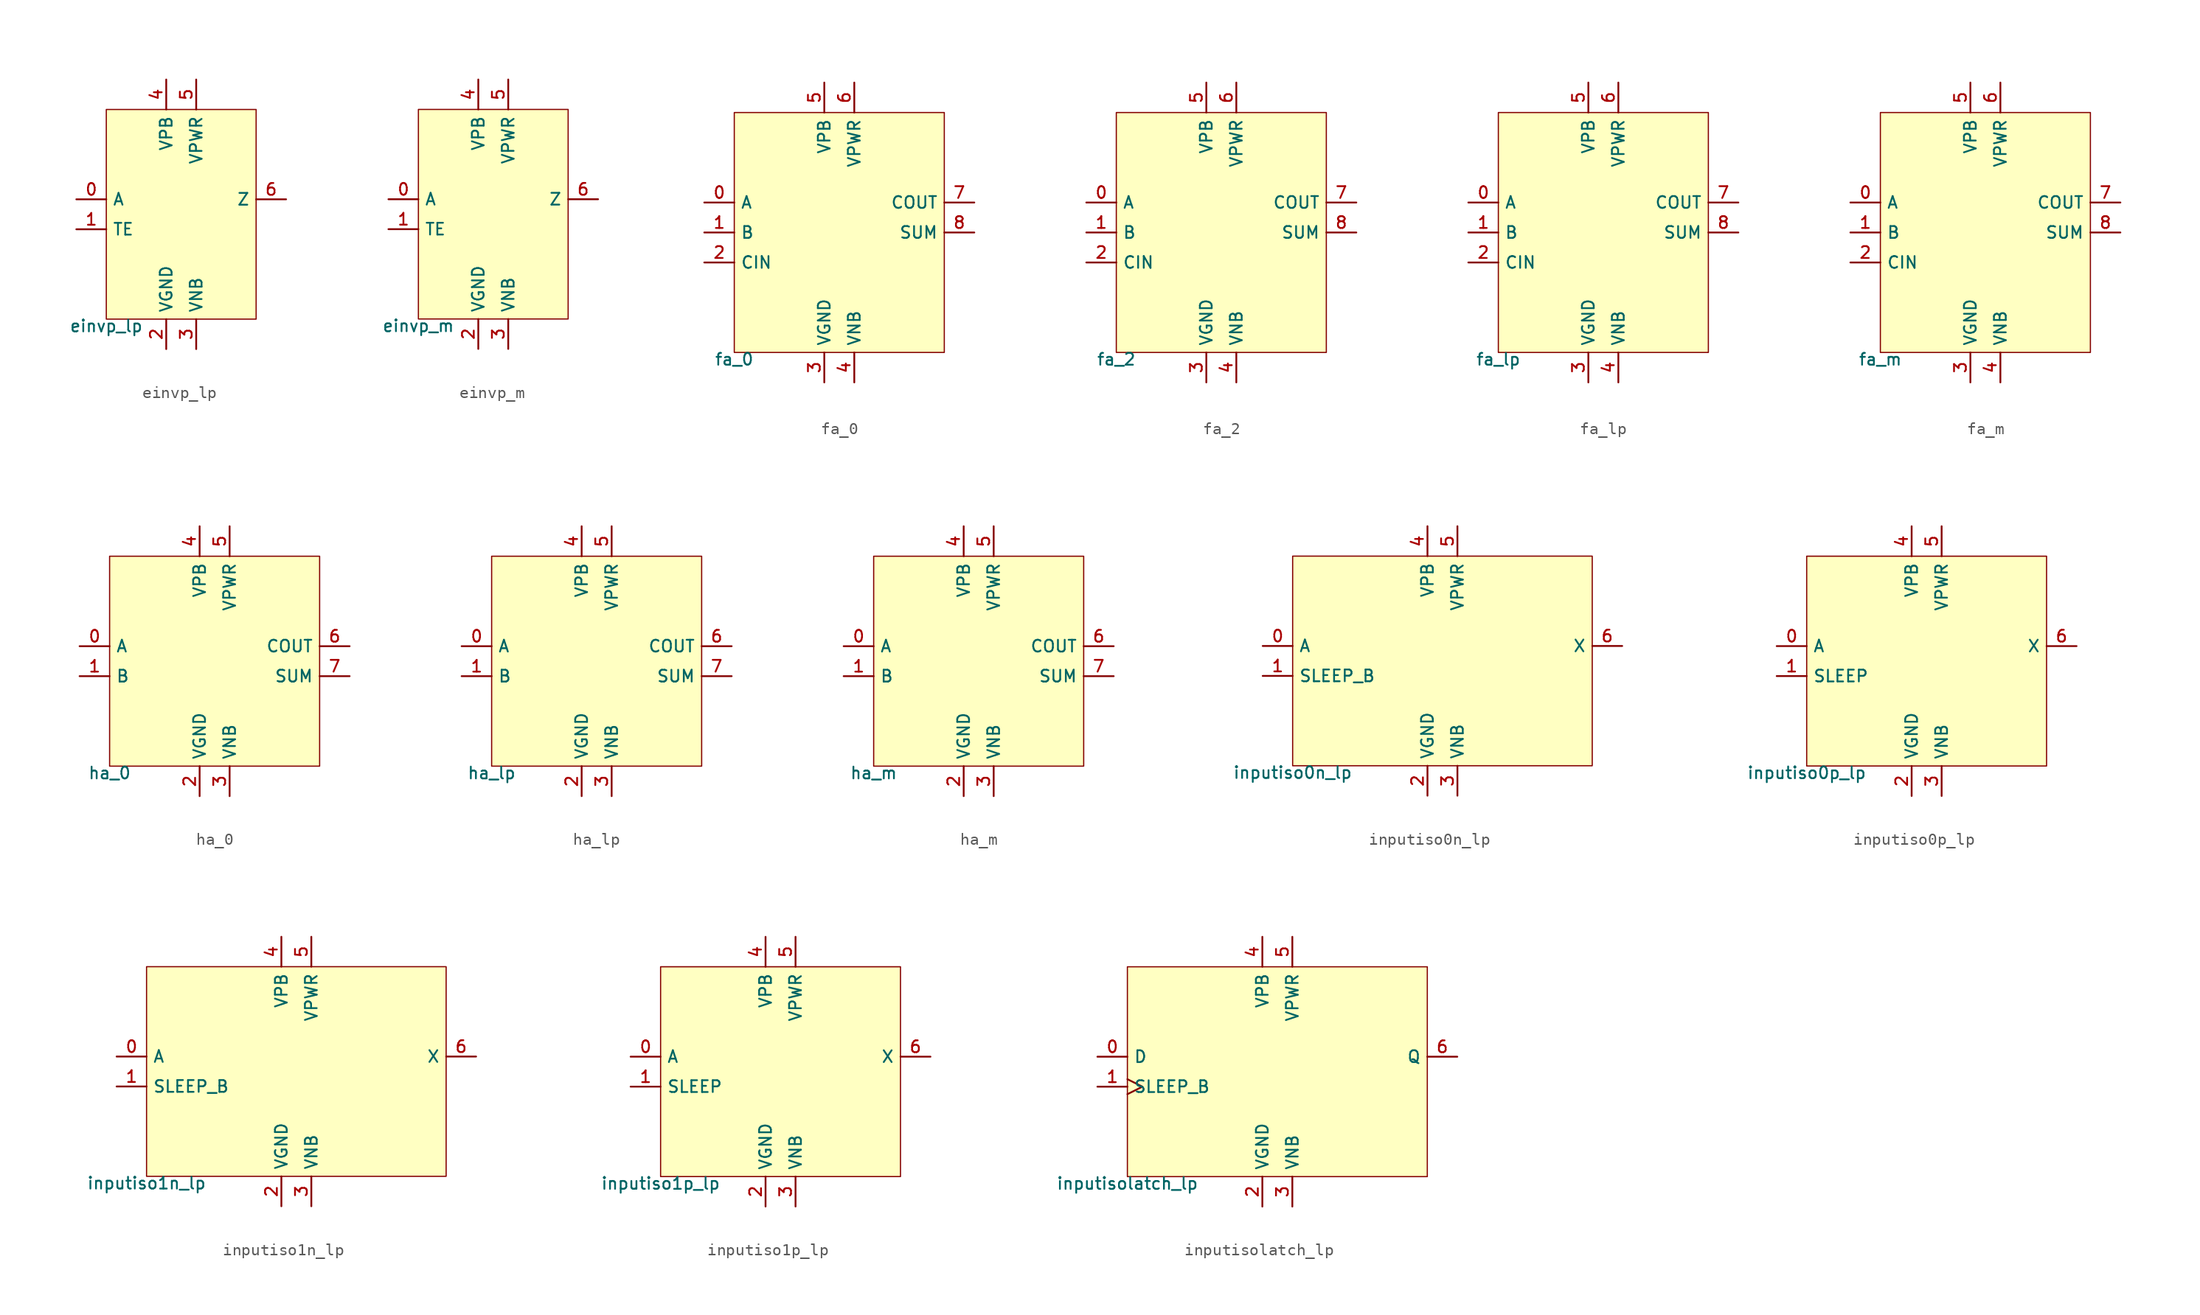
<source format=kicad_sym>
(kicad_symbol_lib
  (version 20211014)
  (generator pdk2kicad)
  (symbol "einvp_lp"
    (property "Reference" "X"
      (at 0 0 0)
      (effects (font (size 1 1)) hide))
    (property "Value" "einvp_lp"
      (at -6.35 -8.89 0)
      (effects (font (size 1 1)) (justify top)))
    (rectangle
      (start -6.35 -8.89)
      (end 6.35 8.89)
      (stroke (width 0.1) (type solid) (color 0 0 0 0))
      (fill (type background)))
    (pin input line
      (at -8.89 1.27 0)
      (length 2.54)
      (name "A" (effects (font (size 1 1)) hide))
      (number "0" (effects (font (size 1 1)) hide)))
    (pin input line
      (at -8.89 -1.27 0)
      (length 2.54)
      (name "TE" (effects (font (size 1 1)) hide))
      (number "1" (effects (font (size 1 1)) hide)))
    (pin power_in line
      (at -1.27 -11.43 90)
      (length 2.54)
      (name "VGND" (effects (font (size 1 1)) hide))
      (number "2" (effects (font (size 1 1)) hide)))
    (pin power_in line
      (at 1.27 -11.43 90)
      (length 2.54)
      (name "VNB" (effects (font (size 1 1)) hide))
      (number "3" (effects (font (size 1 1)) hide)))
    (pin power_in line
      (at -1.27 11.43 270)
      (length 2.54)
      (name "VPB" (effects (font (size 1 1)) hide))
      (number "4" (effects (font (size 1 1)) hide)))
    (pin power_in line
      (at 1.27 11.43 270)
      (length 2.54)
      (name "VPWR" (effects (font (size 1 1)) hide))
      (number "5" (effects (font (size 1 1)) hide)))
    (pin output line
      (at 8.89 1.27 180)
      (length 2.54)
      (name "Z" (effects (font (size 1 1)) hide))
      (number "6" (effects (font (size 1 1)) hide))))
  (symbol "einvp_m"
    (property "Reference" "X"
      (at 0 0 0)
      (effects (font (size 1 1)) hide))
    (property "Value" "einvp_m"
      (at -6.35 -8.89 0)
      (effects (font (size 1 1)) (justify top)))
    (rectangle
      (start -6.35 -8.89)
      (end 6.35 8.89)
      (stroke (width 0.1) (type solid) (color 0 0 0 0))
      (fill (type background)))
    (pin input line
      (at -8.89 1.27 0)
      (length 2.54)
      (name "A" (effects (font (size 1 1)) hide))
      (number "0" (effects (font (size 1 1)) hide)))
    (pin input line
      (at -8.89 -1.27 0)
      (length 2.54)
      (name "TE" (effects (font (size 1 1)) hide))
      (number "1" (effects (font (size 1 1)) hide)))
    (pin power_in line
      (at -1.27 -11.43 90)
      (length 2.54)
      (name "VGND" (effects (font (size 1 1)) hide))
      (number "2" (effects (font (size 1 1)) hide)))
    (pin power_in line
      (at 1.27 -11.43 90)
      (length 2.54)
      (name "VNB" (effects (font (size 1 1)) hide))
      (number "3" (effects (font (size 1 1)) hide)))
    (pin power_in line
      (at -1.27 11.43 270)
      (length 2.54)
      (name "VPB" (effects (font (size 1 1)) hide))
      (number "4" (effects (font (size 1 1)) hide)))
    (pin power_in line
      (at 1.27 11.43 270)
      (length 2.54)
      (name "VPWR" (effects (font (size 1 1)) hide))
      (number "5" (effects (font (size 1 1)) hide)))
    (pin output line
      (at 8.89 1.27 180)
      (length 2.54)
      (name "Z" (effects (font (size 1 1)) hide))
      (number "6" (effects (font (size 1 1)) hide))))
  (symbol "fa_0"
    (property "Reference" "X"
      (at 0 0 0)
      (effects (font (size 1 1)) hide))
    (property "Value" "fa_0"
      (at -8.89 -10.16 0)
      (effects (font (size 1 1)) (justify top)))
    (rectangle
      (start -8.89 -10.16)
      (end 8.89 10.16)
      (stroke (width 0.1) (type solid) (color 0 0 0 0))
      (fill (type background)))
    (pin input line
      (at -11.43 2.54 0)
      (length 2.54)
      (name "A" (effects (font (size 1 1)) hide))
      (number "0" (effects (font (size 1 1)) hide)))
    (pin input line
      (at -11.43 0.0 0)
      (length 2.54)
      (name "B" (effects (font (size 1 1)) hide))
      (number "1" (effects (font (size 1 1)) hide)))
    (pin input line
      (at -11.43 -2.54 0)
      (length 2.54)
      (name "CIN" (effects (font (size 1 1)) hide))
      (number "2" (effects (font (size 1 1)) hide)))
    (pin power_in line
      (at -1.27 -12.7 90)
      (length 2.54)
      (name "VGND" (effects (font (size 1 1)) hide))
      (number "3" (effects (font (size 1 1)) hide)))
    (pin power_in line
      (at 1.27 -12.7 90)
      (length 2.54)
      (name "VNB" (effects (font (size 1 1)) hide))
      (number "4" (effects (font (size 1 1)) hide)))
    (pin power_in line
      (at -1.27 12.7 270)
      (length 2.54)
      (name "VPB" (effects (font (size 1 1)) hide))
      (number "5" (effects (font (size 1 1)) hide)))
    (pin power_in line
      (at 1.27 12.7 270)
      (length 2.54)
      (name "VPWR" (effects (font (size 1 1)) hide))
      (number "6" (effects (font (size 1 1)) hide)))
    (pin output line
      (at 11.43 2.54 180)
      (length 2.54)
      (name "COUT" (effects (font (size 1 1)) hide))
      (number "7" (effects (font (size 1 1)) hide)))
    (pin output line
      (at 11.43 0.0 180)
      (length 2.54)
      (name "SUM" (effects (font (size 1 1)) hide))
      (number "8" (effects (font (size 1 1)) hide))))
  (symbol "fa_2"
    (property "Reference" "X"
      (at 0 0 0)
      (effects (font (size 1 1)) hide))
    (property "Value" "fa_2"
      (at -8.89 -10.16 0)
      (effects (font (size 1 1)) (justify top)))
    (rectangle
      (start -8.89 -10.16)
      (end 8.89 10.16)
      (stroke (width 0.1) (type solid) (color 0 0 0 0))
      (fill (type background)))
    (pin input line
      (at -11.43 2.54 0)
      (length 2.54)
      (name "A" (effects (font (size 1 1)) hide))
      (number "0" (effects (font (size 1 1)) hide)))
    (pin input line
      (at -11.43 0.0 0)
      (length 2.54)
      (name "B" (effects (font (size 1 1)) hide))
      (number "1" (effects (font (size 1 1)) hide)))
    (pin input line
      (at -11.43 -2.54 0)
      (length 2.54)
      (name "CIN" (effects (font (size 1 1)) hide))
      (number "2" (effects (font (size 1 1)) hide)))
    (pin power_in line
      (at -1.27 -12.7 90)
      (length 2.54)
      (name "VGND" (effects (font (size 1 1)) hide))
      (number "3" (effects (font (size 1 1)) hide)))
    (pin power_in line
      (at 1.27 -12.7 90)
      (length 2.54)
      (name "VNB" (effects (font (size 1 1)) hide))
      (number "4" (effects (font (size 1 1)) hide)))
    (pin power_in line
      (at -1.27 12.7 270)
      (length 2.54)
      (name "VPB" (effects (font (size 1 1)) hide))
      (number "5" (effects (font (size 1 1)) hide)))
    (pin power_in line
      (at 1.27 12.7 270)
      (length 2.54)
      (name "VPWR" (effects (font (size 1 1)) hide))
      (number "6" (effects (font (size 1 1)) hide)))
    (pin output line
      (at 11.43 2.54 180)
      (length 2.54)
      (name "COUT" (effects (font (size 1 1)) hide))
      (number "7" (effects (font (size 1 1)) hide)))
    (pin output line
      (at 11.43 0.0 180)
      (length 2.54)
      (name "SUM" (effects (font (size 1 1)) hide))
      (number "8" (effects (font (size 1 1)) hide))))
  (symbol "fa_lp"
    (property "Reference" "X"
      (at 0 0 0)
      (effects (font (size 1 1)) hide))
    (property "Value" "fa_lp"
      (at -8.89 -10.16 0)
      (effects (font (size 1 1)) (justify top)))
    (rectangle
      (start -8.89 -10.16)
      (end 8.89 10.16)
      (stroke (width 0.1) (type solid) (color 0 0 0 0))
      (fill (type background)))
    (pin input line
      (at -11.43 2.54 0)
      (length 2.54)
      (name "A" (effects (font (size 1 1)) hide))
      (number "0" (effects (font (size 1 1)) hide)))
    (pin input line
      (at -11.43 0.0 0)
      (length 2.54)
      (name "B" (effects (font (size 1 1)) hide))
      (number "1" (effects (font (size 1 1)) hide)))
    (pin input line
      (at -11.43 -2.54 0)
      (length 2.54)
      (name "CIN" (effects (font (size 1 1)) hide))
      (number "2" (effects (font (size 1 1)) hide)))
    (pin power_in line
      (at -1.27 -12.7 90)
      (length 2.54)
      (name "VGND" (effects (font (size 1 1)) hide))
      (number "3" (effects (font (size 1 1)) hide)))
    (pin power_in line
      (at 1.27 -12.7 90)
      (length 2.54)
      (name "VNB" (effects (font (size 1 1)) hide))
      (number "4" (effects (font (size 1 1)) hide)))
    (pin power_in line
      (at -1.27 12.7 270)
      (length 2.54)
      (name "VPB" (effects (font (size 1 1)) hide))
      (number "5" (effects (font (size 1 1)) hide)))
    (pin power_in line
      (at 1.27 12.7 270)
      (length 2.54)
      (name "VPWR" (effects (font (size 1 1)) hide))
      (number "6" (effects (font (size 1 1)) hide)))
    (pin output line
      (at 11.43 2.54 180)
      (length 2.54)
      (name "COUT" (effects (font (size 1 1)) hide))
      (number "7" (effects (font (size 1 1)) hide)))
    (pin output line
      (at 11.43 0.0 180)
      (length 2.54)
      (name "SUM" (effects (font (size 1 1)) hide))
      (number "8" (effects (font (size 1 1)) hide))))
  (symbol "fa_m"
    (property "Reference" "X"
      (at 0 0 0)
      (effects (font (size 1 1)) hide))
    (property "Value" "fa_m"
      (at -8.89 -10.16 0)
      (effects (font (size 1 1)) (justify top)))
    (rectangle
      (start -8.89 -10.16)
      (end 8.89 10.16)
      (stroke (width 0.1) (type solid) (color 0 0 0 0))
      (fill (type background)))
    (pin input line
      (at -11.43 2.54 0)
      (length 2.54)
      (name "A" (effects (font (size 1 1)) hide))
      (number "0" (effects (font (size 1 1)) hide)))
    (pin input line
      (at -11.43 0.0 0)
      (length 2.54)
      (name "B" (effects (font (size 1 1)) hide))
      (number "1" (effects (font (size 1 1)) hide)))
    (pin input line
      (at -11.43 -2.54 0)
      (length 2.54)
      (name "CIN" (effects (font (size 1 1)) hide))
      (number "2" (effects (font (size 1 1)) hide)))
    (pin power_in line
      (at -1.27 -12.7 90)
      (length 2.54)
      (name "VGND" (effects (font (size 1 1)) hide))
      (number "3" (effects (font (size 1 1)) hide)))
    (pin power_in line
      (at 1.27 -12.7 90)
      (length 2.54)
      (name "VNB" (effects (font (size 1 1)) hide))
      (number "4" (effects (font (size 1 1)) hide)))
    (pin power_in line
      (at -1.27 12.7 270)
      (length 2.54)
      (name "VPB" (effects (font (size 1 1)) hide))
      (number "5" (effects (font (size 1 1)) hide)))
    (pin power_in line
      (at 1.27 12.7 270)
      (length 2.54)
      (name "VPWR" (effects (font (size 1 1)) hide))
      (number "6" (effects (font (size 1 1)) hide)))
    (pin output line
      (at 11.43 2.54 180)
      (length 2.54)
      (name "COUT" (effects (font (size 1 1)) hide))
      (number "7" (effects (font (size 1 1)) hide)))
    (pin output line
      (at 11.43 0.0 180)
      (length 2.54)
      (name "SUM" (effects (font (size 1 1)) hide))
      (number "8" (effects (font (size 1 1)) hide))))
  (symbol "ha_0"
    (property "Reference" "X"
      (at 0 0 0)
      (effects (font (size 1 1)) hide))
    (property "Value" "ha_0"
      (at -8.89 -8.89 0)
      (effects (font (size 1 1)) (justify top)))
    (rectangle
      (start -8.89 -8.89)
      (end 8.89 8.89)
      (stroke (width 0.1) (type solid) (color 0 0 0 0))
      (fill (type background)))
    (pin input line
      (at -11.43 1.27 0)
      (length 2.54)
      (name "A" (effects (font (size 1 1)) hide))
      (number "0" (effects (font (size 1 1)) hide)))
    (pin input line
      (at -11.43 -1.27 0)
      (length 2.54)
      (name "B" (effects (font (size 1 1)) hide))
      (number "1" (effects (font (size 1 1)) hide)))
    (pin power_in line
      (at -1.27 -11.43 90)
      (length 2.54)
      (name "VGND" (effects (font (size 1 1)) hide))
      (number "2" (effects (font (size 1 1)) hide)))
    (pin power_in line
      (at 1.27 -11.43 90)
      (length 2.54)
      (name "VNB" (effects (font (size 1 1)) hide))
      (number "3" (effects (font (size 1 1)) hide)))
    (pin power_in line
      (at -1.27 11.43 270)
      (length 2.54)
      (name "VPB" (effects (font (size 1 1)) hide))
      (number "4" (effects (font (size 1 1)) hide)))
    (pin power_in line
      (at 1.27 11.43 270)
      (length 2.54)
      (name "VPWR" (effects (font (size 1 1)) hide))
      (number "5" (effects (font (size 1 1)) hide)))
    (pin output line
      (at 11.43 1.27 180)
      (length 2.54)
      (name "COUT" (effects (font (size 1 1)) hide))
      (number "6" (effects (font (size 1 1)) hide)))
    (pin output line
      (at 11.43 -1.27 180)
      (length 2.54)
      (name "SUM" (effects (font (size 1 1)) hide))
      (number "7" (effects (font (size 1 1)) hide))))
  (symbol "ha_lp"
    (property "Reference" "X"
      (at 0 0 0)
      (effects (font (size 1 1)) hide))
    (property "Value" "ha_lp"
      (at -8.89 -8.89 0)
      (effects (font (size 1 1)) (justify top)))
    (rectangle
      (start -8.89 -8.89)
      (end 8.89 8.89)
      (stroke (width 0.1) (type solid) (color 0 0 0 0))
      (fill (type background)))
    (pin input line
      (at -11.43 1.27 0)
      (length 2.54)
      (name "A" (effects (font (size 1 1)) hide))
      (number "0" (effects (font (size 1 1)) hide)))
    (pin input line
      (at -11.43 -1.27 0)
      (length 2.54)
      (name "B" (effects (font (size 1 1)) hide))
      (number "1" (effects (font (size 1 1)) hide)))
    (pin power_in line
      (at -1.27 -11.43 90)
      (length 2.54)
      (name "VGND" (effects (font (size 1 1)) hide))
      (number "2" (effects (font (size 1 1)) hide)))
    (pin power_in line
      (at 1.27 -11.43 90)
      (length 2.54)
      (name "VNB" (effects (font (size 1 1)) hide))
      (number "3" (effects (font (size 1 1)) hide)))
    (pin power_in line
      (at -1.27 11.43 270)
      (length 2.54)
      (name "VPB" (effects (font (size 1 1)) hide))
      (number "4" (effects (font (size 1 1)) hide)))
    (pin power_in line
      (at 1.27 11.43 270)
      (length 2.54)
      (name "VPWR" (effects (font (size 1 1)) hide))
      (number "5" (effects (font (size 1 1)) hide)))
    (pin output line
      (at 11.43 1.27 180)
      (length 2.54)
      (name "COUT" (effects (font (size 1 1)) hide))
      (number "6" (effects (font (size 1 1)) hide)))
    (pin output line
      (at 11.43 -1.27 180)
      (length 2.54)
      (name "SUM" (effects (font (size 1 1)) hide))
      (number "7" (effects (font (size 1 1)) hide))))
  (symbol "ha_m"
    (property "Reference" "X"
      (at 0 0 0)
      (effects (font (size 1 1)) hide))
    (property "Value" "ha_m"
      (at -8.89 -8.89 0)
      (effects (font (size 1 1)) (justify top)))
    (rectangle
      (start -8.89 -8.89)
      (end 8.89 8.89)
      (stroke (width 0.1) (type solid) (color 0 0 0 0))
      (fill (type background)))
    (pin input line
      (at -11.43 1.27 0)
      (length 2.54)
      (name "A" (effects (font (size 1 1)) hide))
      (number "0" (effects (font (size 1 1)) hide)))
    (pin input line
      (at -11.43 -1.27 0)
      (length 2.54)
      (name "B" (effects (font (size 1 1)) hide))
      (number "1" (effects (font (size 1 1)) hide)))
    (pin power_in line
      (at -1.27 -11.43 90)
      (length 2.54)
      (name "VGND" (effects (font (size 1 1)) hide))
      (number "2" (effects (font (size 1 1)) hide)))
    (pin power_in line
      (at 1.27 -11.43 90)
      (length 2.54)
      (name "VNB" (effects (font (size 1 1)) hide))
      (number "3" (effects (font (size 1 1)) hide)))
    (pin power_in line
      (at -1.27 11.43 270)
      (length 2.54)
      (name "VPB" (effects (font (size 1 1)) hide))
      (number "4" (effects (font (size 1 1)) hide)))
    (pin power_in line
      (at 1.27 11.43 270)
      (length 2.54)
      (name "VPWR" (effects (font (size 1 1)) hide))
      (number "5" (effects (font (size 1 1)) hide)))
    (pin output line
      (at 11.43 1.27 180)
      (length 2.54)
      (name "COUT" (effects (font (size 1 1)) hide))
      (number "6" (effects (font (size 1 1)) hide)))
    (pin output line
      (at 11.43 -1.27 180)
      (length 2.54)
      (name "SUM" (effects (font (size 1 1)) hide))
      (number "7" (effects (font (size 1 1)) hide))))
  (symbol "inputiso0n_lp"
    (property "Reference" "X"
      (at 0 0 0)
      (effects (font (size 1 1)) hide))
    (property "Value" "inputiso0n_lp"
      (at -12.7 -8.89 0)
      (effects (font (size 1 1)) (justify top)))
    (rectangle
      (start -12.7 -8.89)
      (end 12.7 8.89)
      (stroke (width 0.1) (type solid) (color 0 0 0 0))
      (fill (type background)))
    (pin input line
      (at -15.24 1.27 0)
      (length 2.54)
      (name "A" (effects (font (size 1 1)) hide))
      (number "0" (effects (font (size 1 1)) hide)))
    (pin input line
      (at -15.24 -1.27 0)
      (length 2.54)
      (name "SLEEP_B" (effects (font (size 1 1)) hide))
      (number "1" (effects (font (size 1 1)) hide)))
    (pin power_in line
      (at -1.27 -11.43 90)
      (length 2.54)
      (name "VGND" (effects (font (size 1 1)) hide))
      (number "2" (effects (font (size 1 1)) hide)))
    (pin power_in line
      (at 1.27 -11.43 90)
      (length 2.54)
      (name "VNB" (effects (font (size 1 1)) hide))
      (number "3" (effects (font (size 1 1)) hide)))
    (pin power_in line
      (at -1.27 11.43 270)
      (length 2.54)
      (name "VPB" (effects (font (size 1 1)) hide))
      (number "4" (effects (font (size 1 1)) hide)))
    (pin power_in line
      (at 1.27 11.43 270)
      (length 2.54)
      (name "VPWR" (effects (font (size 1 1)) hide))
      (number "5" (effects (font (size 1 1)) hide)))
    (pin output line
      (at 15.24 1.27 180)
      (length 2.54)
      (name "X" (effects (font (size 1 1)) hide))
      (number "6" (effects (font (size 1 1)) hide))))
  (symbol "inputiso0p_lp"
    (property "Reference" "X"
      (at 0 0 0)
      (effects (font (size 1 1)) hide))
    (property "Value" "inputiso0p_lp"
      (at -10.16 -8.89 0)
      (effects (font (size 1 1)) (justify top)))
    (rectangle
      (start -10.16 -8.89)
      (end 10.16 8.89)
      (stroke (width 0.1) (type solid) (color 0 0 0 0))
      (fill (type background)))
    (pin input line
      (at -12.7 1.27 0)
      (length 2.54)
      (name "A" (effects (font (size 1 1)) hide))
      (number "0" (effects (font (size 1 1)) hide)))
    (pin input line
      (at -12.7 -1.27 0)
      (length 2.54)
      (name "SLEEP" (effects (font (size 1 1)) hide))
      (number "1" (effects (font (size 1 1)) hide)))
    (pin power_in line
      (at -1.27 -11.43 90)
      (length 2.54)
      (name "VGND" (effects (font (size 1 1)) hide))
      (number "2" (effects (font (size 1 1)) hide)))
    (pin power_in line
      (at 1.27 -11.43 90)
      (length 2.54)
      (name "VNB" (effects (font (size 1 1)) hide))
      (number "3" (effects (font (size 1 1)) hide)))
    (pin power_in line
      (at -1.27 11.43 270)
      (length 2.54)
      (name "VPB" (effects (font (size 1 1)) hide))
      (number "4" (effects (font (size 1 1)) hide)))
    (pin power_in line
      (at 1.27 11.43 270)
      (length 2.54)
      (name "VPWR" (effects (font (size 1 1)) hide))
      (number "5" (effects (font (size 1 1)) hide)))
    (pin output line
      (at 12.7 1.27 180)
      (length 2.54)
      (name "X" (effects (font (size 1 1)) hide))
      (number "6" (effects (font (size 1 1)) hide))))
  (symbol "inputiso1n_lp"
    (property "Reference" "X"
      (at 0 0 0)
      (effects (font (size 1 1)) hide))
    (property "Value" "inputiso1n_lp"
      (at -12.7 -8.89 0)
      (effects (font (size 1 1)) (justify top)))
    (rectangle
      (start -12.7 -8.89)
      (end 12.7 8.89)
      (stroke (width 0.1) (type solid) (color 0 0 0 0))
      (fill (type background)))
    (pin input line
      (at -15.24 1.27 0)
      (length 2.54)
      (name "A" (effects (font (size 1 1)) hide))
      (number "0" (effects (font (size 1 1)) hide)))
    (pin input line
      (at -15.24 -1.27 0)
      (length 2.54)
      (name "SLEEP_B" (effects (font (size 1 1)) hide))
      (number "1" (effects (font (size 1 1)) hide)))
    (pin power_in line
      (at -1.27 -11.43 90)
      (length 2.54)
      (name "VGND" (effects (font (size 1 1)) hide))
      (number "2" (effects (font (size 1 1)) hide)))
    (pin power_in line
      (at 1.27 -11.43 90)
      (length 2.54)
      (name "VNB" (effects (font (size 1 1)) hide))
      (number "3" (effects (font (size 1 1)) hide)))
    (pin power_in line
      (at -1.27 11.43 270)
      (length 2.54)
      (name "VPB" (effects (font (size 1 1)) hide))
      (number "4" (effects (font (size 1 1)) hide)))
    (pin power_in line
      (at 1.27 11.43 270)
      (length 2.54)
      (name "VPWR" (effects (font (size 1 1)) hide))
      (number "5" (effects (font (size 1 1)) hide)))
    (pin output line
      (at 15.24 1.27 180)
      (length 2.54)
      (name "X" (effects (font (size 1 1)) hide))
      (number "6" (effects (font (size 1 1)) hide))))
  (symbol "inputiso1p_lp"
    (property "Reference" "X"
      (at 0 0 0)
      (effects (font (size 1 1)) hide))
    (property "Value" "inputiso1p_lp"
      (at -10.16 -8.89 0)
      (effects (font (size 1 1)) (justify top)))
    (rectangle
      (start -10.16 -8.89)
      (end 10.16 8.89)
      (stroke (width 0.1) (type solid) (color 0 0 0 0))
      (fill (type background)))
    (pin input line
      (at -12.7 1.27 0)
      (length 2.54)
      (name "A" (effects (font (size 1 1)) hide))
      (number "0" (effects (font (size 1 1)) hide)))
    (pin input line
      (at -12.7 -1.27 0)
      (length 2.54)
      (name "SLEEP" (effects (font (size 1 1)) hide))
      (number "1" (effects (font (size 1 1)) hide)))
    (pin power_in line
      (at -1.27 -11.43 90)
      (length 2.54)
      (name "VGND" (effects (font (size 1 1)) hide))
      (number "2" (effects (font (size 1 1)) hide)))
    (pin power_in line
      (at 1.27 -11.43 90)
      (length 2.54)
      (name "VNB" (effects (font (size 1 1)) hide))
      (number "3" (effects (font (size 1 1)) hide)))
    (pin power_in line
      (at -1.27 11.43 270)
      (length 2.54)
      (name "VPB" (effects (font (size 1 1)) hide))
      (number "4" (effects (font (size 1 1)) hide)))
    (pin power_in line
      (at 1.27 11.43 270)
      (length 2.54)
      (name "VPWR" (effects (font (size 1 1)) hide))
      (number "5" (effects (font (size 1 1)) hide)))
    (pin output line
      (at 12.7 1.27 180)
      (length 2.54)
      (name "X" (effects (font (size 1 1)) hide))
      (number "6" (effects (font (size 1 1)) hide))))
  (symbol "inputisolatch_lp"
    (property "Reference" "X"
      (at 0 0 0)
      (effects (font (size 1 1)) hide))
    (property "Value" "inputisolatch_lp"
      (at -12.7 -8.89 0)
      (effects (font (size 1 1)) (justify top)))
    (rectangle
      (start -12.7 -8.89)
      (end 12.7 8.89)
      (stroke (width 0.1) (type solid) (color 0 0 0 0))
      (fill (type background)))
    (pin input line
      (at -15.24 1.27 0)
      (length 2.54)
      (name "D" (effects (font (size 1 1)) hide))
      (number "0" (effects (font (size 1 1)) hide)))
    (pin input clock
      (at -15.24 -1.27 0)
      (length 2.54)
      (name "SLEEP_B" (effects (font (size 1 1)) hide))
      (number "1" (effects (font (size 1 1)) hide)))
    (pin power_in line
      (at -1.27 -11.43 90)
      (length 2.54)
      (name "VGND" (effects (font (size 1 1)) hide))
      (number "2" (effects (font (size 1 1)) hide)))
    (pin power_in line
      (at 1.27 -11.43 90)
      (length 2.54)
      (name "VNB" (effects (font (size 1 1)) hide))
      (number "3" (effects (font (size 1 1)) hide)))
    (pin power_in line
      (at -1.27 11.43 270)
      (length 2.54)
      (name "VPB" (effects (font (size 1 1)) hide))
      (number "4" (effects (font (size 1 1)) hide)))
    (pin power_in line
      (at 1.27 11.43 270)
      (length 2.54)
      (name "VPWR" (effects (font (size 1 1)) hide))
      (number "5" (effects (font (size 1 1)) hide)))
    (pin output line
      (at 15.24 1.27 180)
      (length 2.54)
      (name "Q" (effects (font (size 1 1)) hide))
      (number "6" (effects (font (size 1 1)) hide)))))
</source>
